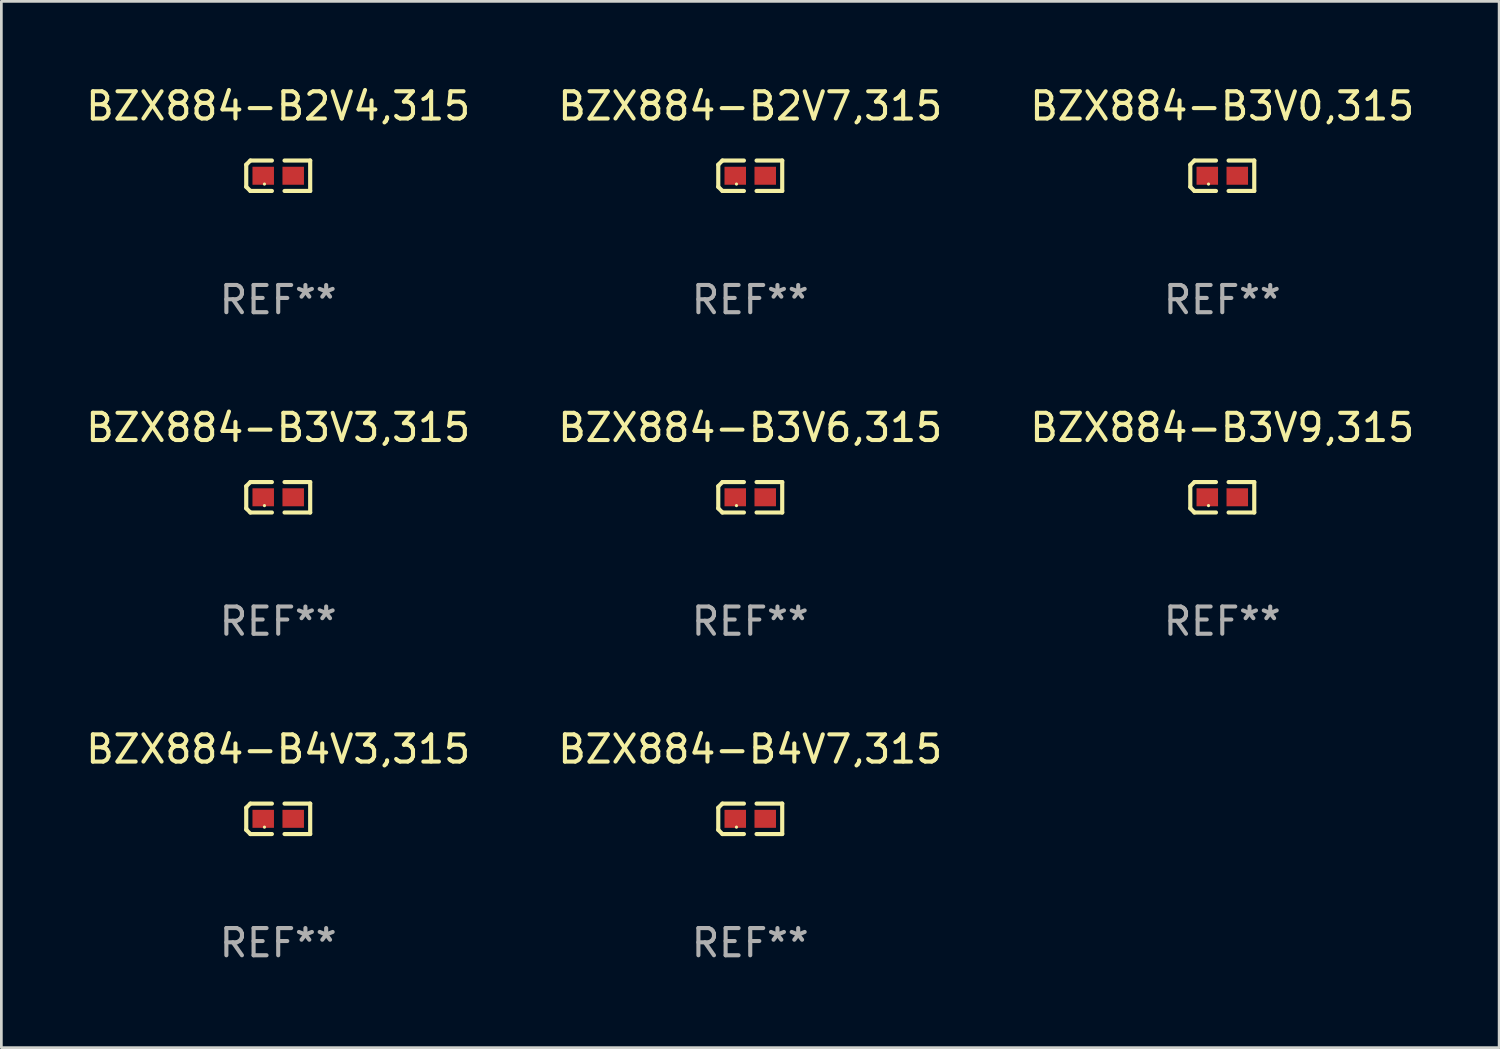
<source format=kicad_pcb>
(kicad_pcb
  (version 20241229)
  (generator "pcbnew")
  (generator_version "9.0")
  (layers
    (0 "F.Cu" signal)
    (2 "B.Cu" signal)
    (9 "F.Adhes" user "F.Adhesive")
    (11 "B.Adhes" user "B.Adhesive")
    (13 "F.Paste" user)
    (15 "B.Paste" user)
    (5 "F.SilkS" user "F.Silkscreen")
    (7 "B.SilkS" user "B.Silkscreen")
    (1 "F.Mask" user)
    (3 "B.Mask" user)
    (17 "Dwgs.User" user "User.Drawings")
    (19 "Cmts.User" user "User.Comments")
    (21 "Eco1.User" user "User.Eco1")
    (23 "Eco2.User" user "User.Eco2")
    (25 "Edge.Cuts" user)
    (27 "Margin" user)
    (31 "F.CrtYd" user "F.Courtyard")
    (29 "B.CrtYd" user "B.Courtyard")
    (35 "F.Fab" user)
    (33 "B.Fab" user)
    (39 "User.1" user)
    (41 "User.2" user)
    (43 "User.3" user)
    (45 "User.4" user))
  (footprint "BZX884-B3V3,315"
    (layer "F.Cu")
    (at 7.173 15.223)
    (property "Reference" "BZX884-B3V3,315" (at 0 -2.559 0) (layer "F.SilkS") (effects (font (size 1 1) (thickness 0.15))))
    (attr through_hole)
    (fp_line (start -1.175 -0.407) (end -1.023 -0.559) (stroke (width 0.152) (type solid)) (layer "F.SilkS"))
    (fp_line (start -1.175 0.407) (end -1.175 -0.407) (stroke (width 0.152) (type solid)) (layer "F.SilkS"))
    (fp_line (start -1.023 -0.559) (end -0.232 -0.559) (stroke (width 0.152) (type solid)) (layer "F.SilkS"))
    (fp_line (start -1.023 0.559) (end -1.175 0.407) (stroke (width 0.152) (type solid)) (layer "F.SilkS"))
    (fp_line (start -0.232 0.559) (end -1.023 0.559) (stroke (width 0.152) (type solid)) (layer "F.SilkS"))
    (fp_line (start 0.232 0.559) (end 1.175 0.559) (stroke (width 0.152) (type solid)) (layer "F.SilkS"))
    (fp_line (start 1.175 -0.559) (end 0.232 -0.559) (stroke (width 0.152) (type solid)) (layer "F.SilkS"))
    (fp_line (start 1.175 0.559) (end 1.175 -0.559) (stroke (width 0.152) (type solid)) (layer "F.SilkS"))
    (fp_circle (center -0.506 0.306) (end -0.476 0.306) (stroke (width 0.06) (type solid)) (fill no) (layer "F.SilkS"))
    (fp_text user "REF**" (at 0 4.559 0) (layer "F.Fab") (effects (font (size 1 1) (thickness 0.15))))
    (pad "1" smd rect (at -0.551 0) (size 0.79 0.661) (layers "F.Cu" "F.Mask" "F.Paste"))
    (pad "2" smd rect (at 0.551 0) (size 0.79 0.661) (layers "F.Cu" "F.Mask" "F.Paste")))
  (footprint "BZX884-B3V0,315"
    (layer "F.Cu")
    (at 41.863 3.408)
    (property "Reference" "BZX884-B3V0,315" (at 0 -2.559 0) (layer "F.SilkS") (effects (font (size 1 1) (thickness 0.15))))
    (attr through_hole)
    (fp_line (start -1.175 -0.407) (end -1.023 -0.559) (stroke (width 0.152) (type solid)) (layer "F.SilkS"))
    (fp_line (start -1.175 0.407) (end -1.175 -0.407) (stroke (width 0.152) (type solid)) (layer "F.SilkS"))
    (fp_line (start -1.023 -0.559) (end -0.232 -0.559) (stroke (width 0.152) (type solid)) (layer "F.SilkS"))
    (fp_line (start -1.023 0.559) (end -1.175 0.407) (stroke (width 0.152) (type solid)) (layer "F.SilkS"))
    (fp_line (start -0.232 0.559) (end -1.023 0.559) (stroke (width 0.152) (type solid)) (layer "F.SilkS"))
    (fp_line (start 0.232 0.559) (end 1.175 0.559) (stroke (width 0.152) (type solid)) (layer "F.SilkS"))
    (fp_line (start 1.175 -0.559) (end 0.232 -0.559) (stroke (width 0.152) (type solid)) (layer "F.SilkS"))
    (fp_line (start 1.175 0.559) (end 1.175 -0.559) (stroke (width 0.152) (type solid)) (layer "F.SilkS"))
    (fp_circle (center -0.506 0.306) (end -0.476 0.306) (stroke (width 0.06) (type solid)) (fill no) (layer "F.SilkS"))
    (fp_text user "REF**" (at 0 4.559 0) (layer "F.Fab") (effects (font (size 1 1) (thickness 0.15))))
    (pad "1" smd rect (at -0.551 0) (size 0.79 0.661) (layers "F.Cu" "F.Mask" "F.Paste"))
    (pad "2" smd rect (at 0.551 0) (size 0.79 0.661) (layers "F.Cu" "F.Mask" "F.Paste")))
  (footprint "BZX884-B2V7,315"
    (layer "F.Cu")
    (at 24.518 3.408)
    (property "Reference" "BZX884-B2V7,315" (at 0 -2.559 0) (layer "F.SilkS") (effects (font (size 1 1) (thickness 0.15))))
    (attr through_hole)
    (fp_line (start -1.175 -0.407) (end -1.023 -0.559) (stroke (width 0.152) (type solid)) (layer "F.SilkS"))
    (fp_line (start -1.175 0.407) (end -1.175 -0.407) (stroke (width 0.152) (type solid)) (layer "F.SilkS"))
    (fp_line (start -1.023 -0.559) (end -0.232 -0.559) (stroke (width 0.152) (type solid)) (layer "F.SilkS"))
    (fp_line (start -1.023 0.559) (end -1.175 0.407) (stroke (width 0.152) (type solid)) (layer "F.SilkS"))
    (fp_line (start -0.232 0.559) (end -1.023 0.559) (stroke (width 0.152) (type solid)) (layer "F.SilkS"))
    (fp_line (start 0.232 0.559) (end 1.175 0.559) (stroke (width 0.152) (type solid)) (layer "F.SilkS"))
    (fp_line (start 1.175 -0.559) (end 0.232 -0.559) (stroke (width 0.152) (type solid)) (layer "F.SilkS"))
    (fp_line (start 1.175 0.559) (end 1.175 -0.559) (stroke (width 0.152) (type solid)) (layer "F.SilkS"))
    (fp_circle (center -0.506 0.306) (end -0.476 0.306) (stroke (width 0.06) (type solid)) (fill no) (layer "F.SilkS"))
    (fp_text user "REF**" (at 0 4.559 0) (layer "F.Fab") (effects (font (size 1 1) (thickness 0.15))))
    (pad "1" smd rect (at -0.551 0) (size 0.79 0.661) (layers "F.Cu" "F.Mask" "F.Paste"))
    (pad "2" smd rect (at 0.551 0) (size 0.79 0.661) (layers "F.Cu" "F.Mask" "F.Paste")))
  (footprint "BZX884-B3V9,315"
    (layer "F.Cu")
    (at 41.863 15.223)
    (property "Reference" "BZX884-B3V9,315" (at 0 -2.559 0) (layer "F.SilkS") (effects (font (size 1 1) (thickness 0.15))))
    (attr through_hole)
    (fp_line (start -1.175 -0.407) (end -1.023 -0.559) (stroke (width 0.152) (type solid)) (layer "F.SilkS"))
    (fp_line (start -1.175 0.407) (end -1.175 -0.407) (stroke (width 0.152) (type solid)) (layer "F.SilkS"))
    (fp_line (start -1.023 -0.559) (end -0.232 -0.559) (stroke (width 0.152) (type solid)) (layer "F.SilkS"))
    (fp_line (start -1.023 0.559) (end -1.175 0.407) (stroke (width 0.152) (type solid)) (layer "F.SilkS"))
    (fp_line (start -0.232 0.559) (end -1.023 0.559) (stroke (width 0.152) (type solid)) (layer "F.SilkS"))
    (fp_line (start 0.232 0.559) (end 1.175 0.559) (stroke (width 0.152) (type solid)) (layer "F.SilkS"))
    (fp_line (start 1.175 -0.559) (end 0.232 -0.559) (stroke (width 0.152) (type solid)) (layer "F.SilkS"))
    (fp_line (start 1.175 0.559) (end 1.175 -0.559) (stroke (width 0.152) (type solid)) (layer "F.SilkS"))
    (fp_circle (center -0.506 0.306) (end -0.476 0.306) (stroke (width 0.06) (type solid)) (fill no) (layer "F.SilkS"))
    (fp_text user "REF**" (at 0 4.559 0) (layer "F.Fab") (effects (font (size 1 1) (thickness 0.15))))
    (pad "1" smd rect (at -0.551 0) (size 0.79 0.661) (layers "F.Cu" "F.Mask" "F.Paste"))
    (pad "2" smd rect (at 0.551 0) (size 0.79 0.661) (layers "F.Cu" "F.Mask" "F.Paste")))
  (footprint "BZX884-B3V6,315"
    (layer "F.Cu")
    (at 24.518 15.223)
    (property "Reference" "BZX884-B3V6,315" (at 0 -2.559 0) (layer "F.SilkS") (effects (font (size 1 1) (thickness 0.15))))
    (attr through_hole)
    (fp_line (start -1.175 -0.407) (end -1.023 -0.559) (stroke (width 0.152) (type solid)) (layer "F.SilkS"))
    (fp_line (start -1.175 0.407) (end -1.175 -0.407) (stroke (width 0.152) (type solid)) (layer "F.SilkS"))
    (fp_line (start -1.023 -0.559) (end -0.232 -0.559) (stroke (width 0.152) (type solid)) (layer "F.SilkS"))
    (fp_line (start -1.023 0.559) (end -1.175 0.407) (stroke (width 0.152) (type solid)) (layer "F.SilkS"))
    (fp_line (start -0.232 0.559) (end -1.023 0.559) (stroke (width 0.152) (type solid)) (layer "F.SilkS"))
    (fp_line (start 0.232 0.559) (end 1.175 0.559) (stroke (width 0.152) (type solid)) (layer "F.SilkS"))
    (fp_line (start 1.175 -0.559) (end 0.232 -0.559) (stroke (width 0.152) (type solid)) (layer "F.SilkS"))
    (fp_line (start 1.175 0.559) (end 1.175 -0.559) (stroke (width 0.152) (type solid)) (layer "F.SilkS"))
    (fp_circle (center -0.506 0.306) (end -0.476 0.306) (stroke (width 0.06) (type solid)) (fill no) (layer "F.SilkS"))
    (fp_text user "REF**" (at 0 4.559 0) (layer "F.Fab") (effects (font (size 1 1) (thickness 0.15))))
    (pad "1" smd rect (at -0.551 0) (size 0.79 0.661) (layers "F.Cu" "F.Mask" "F.Paste"))
    (pad "2" smd rect (at 0.551 0) (size 0.79 0.661) (layers "F.Cu" "F.Mask" "F.Paste")))
  (footprint "BZX884-B2V4,315"
    (layer "F.Cu")
    (at 7.173 3.408)
    (property "Reference" "BZX884-B2V4,315" (at 0 -2.559 0) (layer "F.SilkS") (effects (font (size 1 1) (thickness 0.15))))
    (attr through_hole)
    (fp_line (start -1.175 -0.407) (end -1.023 -0.559) (stroke (width 0.152) (type solid)) (layer "F.SilkS"))
    (fp_line (start -1.175 0.407) (end -1.175 -0.407) (stroke (width 0.152) (type solid)) (layer "F.SilkS"))
    (fp_line (start -1.023 -0.559) (end -0.232 -0.559) (stroke (width 0.152) (type solid)) (layer "F.SilkS"))
    (fp_line (start -1.023 0.559) (end -1.175 0.407) (stroke (width 0.152) (type solid)) (layer "F.SilkS"))
    (fp_line (start -0.232 0.559) (end -1.023 0.559) (stroke (width 0.152) (type solid)) (layer "F.SilkS"))
    (fp_line (start 0.232 0.559) (end 1.175 0.559) (stroke (width 0.152) (type solid)) (layer "F.SilkS"))
    (fp_line (start 1.175 -0.559) (end 0.232 -0.559) (stroke (width 0.152) (type solid)) (layer "F.SilkS"))
    (fp_line (start 1.175 0.559) (end 1.175 -0.559) (stroke (width 0.152) (type solid)) (layer "F.SilkS"))
    (fp_circle (center -0.506 0.306) (end -0.476 0.306) (stroke (width 0.06) (type solid)) (fill no) (layer "F.SilkS"))
    (fp_text user "REF**" (at 0 4.559 0) (layer "F.Fab") (effects (font (size 1 1) (thickness 0.15))))
    (pad "1" smd rect (at -0.551 0) (size 0.79 0.661) (layers "F.Cu" "F.Mask" "F.Paste"))
    (pad "2" smd rect (at 0.551 0) (size 0.79 0.661) (layers "F.Cu" "F.Mask" "F.Paste")))
  (footprint "BZX884-B4V3,315"
    (layer "F.Cu")
    (at 7.173 27.038)
    (property "Reference" "BZX884-B4V3,315" (at 0 -2.559 0) (layer "F.SilkS") (effects (font (size 1 1) (thickness 0.15))))
    (attr through_hole)
    (fp_line (start -1.175 -0.407) (end -1.023 -0.559) (stroke (width 0.152) (type solid)) (layer "F.SilkS"))
    (fp_line (start -1.175 0.407) (end -1.175 -0.407) (stroke (width 0.152) (type solid)) (layer "F.SilkS"))
    (fp_line (start -1.023 -0.559) (end -0.232 -0.559) (stroke (width 0.152) (type solid)) (layer "F.SilkS"))
    (fp_line (start -1.023 0.559) (end -1.175 0.407) (stroke (width 0.152) (type solid)) (layer "F.SilkS"))
    (fp_line (start -0.232 0.559) (end -1.023 0.559) (stroke (width 0.152) (type solid)) (layer "F.SilkS"))
    (fp_line (start 0.232 0.559) (end 1.175 0.559) (stroke (width 0.152) (type solid)) (layer "F.SilkS"))
    (fp_line (start 1.175 -0.559) (end 0.232 -0.559) (stroke (width 0.152) (type solid)) (layer "F.SilkS"))
    (fp_line (start 1.175 0.559) (end 1.175 -0.559) (stroke (width 0.152) (type solid)) (layer "F.SilkS"))
    (fp_circle (center -0.506 0.306) (end -0.476 0.306) (stroke (width 0.06) (type solid)) (fill no) (layer "F.SilkS"))
    (fp_text user "REF**" (at 0 4.559 0) (layer "F.Fab") (effects (font (size 1 1) (thickness 0.15))))
    (pad "1" smd rect (at -0.551 0) (size 0.79 0.661) (layers "F.Cu" "F.Mask" "F.Paste"))
    (pad "2" smd rect (at 0.551 0) (size 0.79 0.661) (layers "F.Cu" "F.Mask" "F.Paste")))
  (footprint "BZX884-B4V7,315"
    (layer "F.Cu")
    (at 24.518 27.038)
    (property "Reference" "BZX884-B4V7,315" (at 0 -2.559 0) (layer "F.SilkS") (effects (font (size 1 1) (thickness 0.15))))
    (attr through_hole)
    (fp_line (start -1.175 -0.407) (end -1.023 -0.559) (stroke (width 0.152) (type solid)) (layer "F.SilkS"))
    (fp_line (start -1.175 0.407) (end -1.175 -0.407) (stroke (width 0.152) (type solid)) (layer "F.SilkS"))
    (fp_line (start -1.023 -0.559) (end -0.232 -0.559) (stroke (width 0.152) (type solid)) (layer "F.SilkS"))
    (fp_line (start -1.023 0.559) (end -1.175 0.407) (stroke (width 0.152) (type solid)) (layer "F.SilkS"))
    (fp_line (start -0.232 0.559) (end -1.023 0.559) (stroke (width 0.152) (type solid)) (layer "F.SilkS"))
    (fp_line (start 0.232 0.559) (end 1.175 0.559) (stroke (width 0.152) (type solid)) (layer "F.SilkS"))
    (fp_line (start 1.175 -0.559) (end 0.232 -0.559) (stroke (width 0.152) (type solid)) (layer "F.SilkS"))
    (fp_line (start 1.175 0.559) (end 1.175 -0.559) (stroke (width 0.152) (type solid)) (layer "F.SilkS"))
    (fp_circle (center -0.506 0.306) (end -0.476 0.306) (stroke (width 0.06) (type solid)) (fill no) (layer "F.SilkS"))
    (fp_text user "REF**" (at 0 4.559 0) (layer "F.Fab") (effects (font (size 1 1) (thickness 0.15))))
    (pad "1" smd rect (at -0.551 0) (size 0.79 0.661) (layers "F.Cu" "F.Mask" "F.Paste"))
    (pad "2" smd rect (at 0.551 0) (size 0.79 0.661) (layers "F.Cu" "F.Mask" "F.Paste")))
  (gr_rect
    (start -3 -3)
    (end 52.036 35.446)
    (stroke (width 0.1) (type default))
    (fill no)
    (layer "Edge.Cuts")))
</source>
